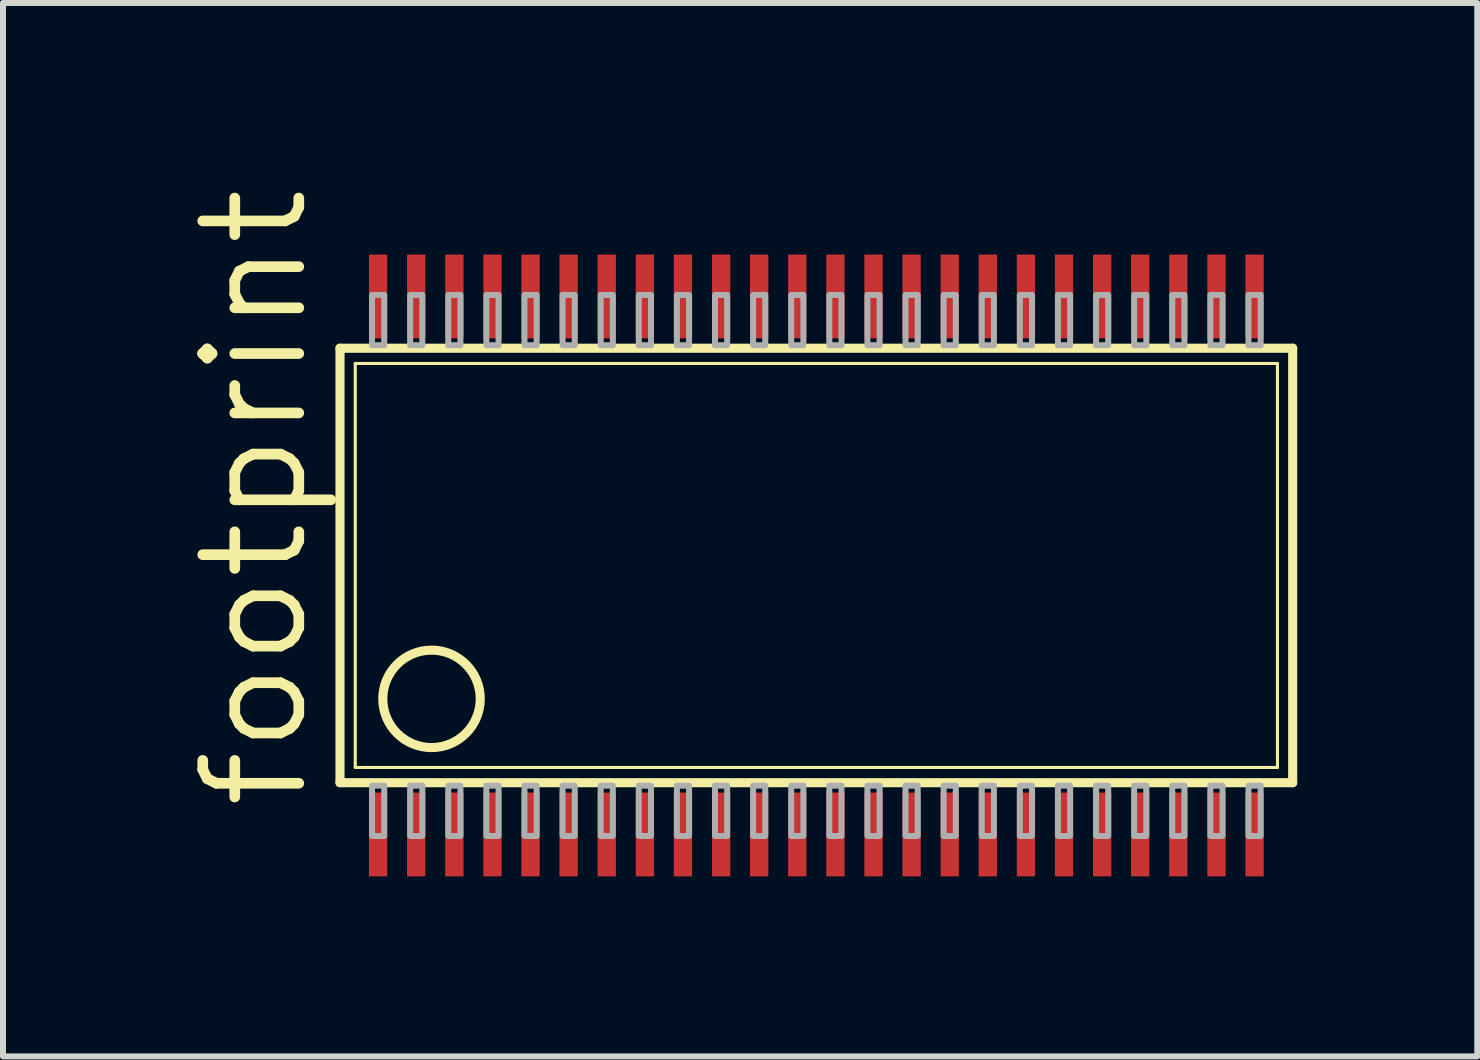
<source format=kicad_pcb>
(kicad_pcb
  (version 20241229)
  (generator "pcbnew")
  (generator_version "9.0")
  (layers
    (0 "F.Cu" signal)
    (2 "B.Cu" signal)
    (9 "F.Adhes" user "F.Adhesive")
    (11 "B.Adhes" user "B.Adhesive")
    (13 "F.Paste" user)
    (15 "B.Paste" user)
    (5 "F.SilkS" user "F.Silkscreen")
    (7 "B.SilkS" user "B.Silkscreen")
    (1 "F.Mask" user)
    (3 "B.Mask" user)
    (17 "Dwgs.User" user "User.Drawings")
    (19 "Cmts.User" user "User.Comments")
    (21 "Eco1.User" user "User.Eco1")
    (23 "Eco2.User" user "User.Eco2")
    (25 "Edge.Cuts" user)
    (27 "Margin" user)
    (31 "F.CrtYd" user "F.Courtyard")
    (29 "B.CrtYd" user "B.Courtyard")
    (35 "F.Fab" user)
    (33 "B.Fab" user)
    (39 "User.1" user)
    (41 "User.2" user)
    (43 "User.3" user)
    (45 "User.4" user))
  (footprint "footprint"
    (layer "F.Cu")
    (at 10.554 6.373)
    (property "Reference" "footprint" (at -8.42 4.128 90) (layer "F.SilkS") (effects (font (size 1.6 1.6) (thickness 0.178)) (justify left bottom)))
    (fp_line (start -7.938 3.62) (end -7.938 -3.62) (stroke (width 0.152) (type solid)) (layer "F.SilkS"))
    (fp_line (start -7.938 3.62) (end 7.938 3.62) (stroke (width 0.152) (type solid)) (layer "F.SilkS"))
    (fp_line (start -7.684 3.366) (end -7.684 -3.366) (stroke (width 0.051) (type solid)) (layer "F.SilkS"))
    (fp_line (start -7.684 3.366) (end 7.684 3.366) (stroke (width 0.051) (type solid)) (layer "F.SilkS"))
    (fp_line (start 7.684 -3.366) (end -7.684 -3.366) (stroke (width 0.051) (type solid)) (layer "F.SilkS"))
    (fp_line (start 7.684 -3.366) (end 7.684 3.366) (stroke (width 0.051) (type solid)) (layer "F.SilkS"))
    (fp_line (start 7.938 -3.62) (end -7.938 -3.62) (stroke (width 0.152) (type solid)) (layer "F.SilkS"))
    (fp_line (start 7.938 3.62) (end 7.938 -3.62) (stroke (width 0.152) (type solid)) (layer "F.SilkS"))
    (fp_circle (center -6.413 2.223) (end -5.601 2.223) (stroke (width 0.152) (type solid)) (fill no) (layer "F.SilkS"))
    (fp_poly (pts (xy -7.404 -3.67) (xy -7.201 -3.67) (xy -7.201 -4.508) (xy -7.404 -4.508)) (stroke (width 0.1) (type solid)) (fill no) (layer "F.Fab"))
    (fp_poly (pts (xy -7.404 4.508) (xy -7.201 4.508) (xy -7.201 3.67) (xy -7.404 3.67)) (stroke (width 0.1) (type solid)) (fill no) (layer "F.Fab"))
    (fp_poly (pts (xy -6.769 -3.67) (xy -6.566 -3.67) (xy -6.566 -4.508) (xy -6.769 -4.508)) (stroke (width 0.1) (type solid)) (fill no) (layer "F.Fab"))
    (fp_poly (pts (xy -6.769 4.508) (xy -6.566 4.508) (xy -6.566 3.67) (xy -6.769 3.67)) (stroke (width 0.1) (type solid)) (fill no) (layer "F.Fab"))
    (fp_poly (pts (xy -6.134 -3.67) (xy -5.931 -3.67) (xy -5.931 -4.508) (xy -6.134 -4.508)) (stroke (width 0.1) (type solid)) (fill no) (layer "F.Fab"))
    (fp_poly (pts (xy -6.134 4.508) (xy -5.931 4.508) (xy -5.931 3.67) (xy -6.134 3.67)) (stroke (width 0.1) (type solid)) (fill no) (layer "F.Fab"))
    (fp_poly (pts (xy -5.499 -3.67) (xy -5.296 -3.67) (xy -5.296 -4.508) (xy -5.499 -4.508)) (stroke (width 0.1) (type solid)) (fill no) (layer "F.Fab"))
    (fp_poly (pts (xy -5.499 4.508) (xy -5.296 4.508) (xy -5.296 3.67) (xy -5.499 3.67)) (stroke (width 0.1) (type solid)) (fill no) (layer "F.Fab"))
    (fp_poly (pts (xy -4.864 -3.67) (xy -4.661 -3.67) (xy -4.661 -4.508) (xy -4.864 -4.508)) (stroke (width 0.1) (type solid)) (fill no) (layer "F.Fab"))
    (fp_poly (pts (xy -4.864 4.508) (xy -4.661 4.508) (xy -4.661 3.67) (xy -4.864 3.67)) (stroke (width 0.1) (type solid)) (fill no) (layer "F.Fab"))
    (fp_poly (pts (xy -4.229 -3.67) (xy -4.026 -3.67) (xy -4.026 -4.508) (xy -4.229 -4.508)) (stroke (width 0.1) (type solid)) (fill no) (layer "F.Fab"))
    (fp_poly (pts (xy -4.229 4.508) (xy -4.026 4.508) (xy -4.026 3.67) (xy -4.229 3.67)) (stroke (width 0.1) (type solid)) (fill no) (layer "F.Fab"))
    (fp_poly (pts (xy -3.594 -3.67) (xy -3.391 -3.67) (xy -3.391 -4.508) (xy -3.594 -4.508)) (stroke (width 0.1) (type solid)) (fill no) (layer "F.Fab"))
    (fp_poly (pts (xy -3.594 4.508) (xy -3.391 4.508) (xy -3.391 3.67) (xy -3.594 3.67)) (stroke (width 0.1) (type solid)) (fill no) (layer "F.Fab"))
    (fp_poly (pts (xy -2.959 -3.67) (xy -2.756 -3.67) (xy -2.756 -4.508) (xy -2.959 -4.508)) (stroke (width 0.1) (type solid)) (fill no) (layer "F.Fab"))
    (fp_poly (pts (xy -2.959 4.508) (xy -2.756 4.508) (xy -2.756 3.67) (xy -2.959 3.67)) (stroke (width 0.1) (type solid)) (fill no) (layer "F.Fab"))
    (fp_poly (pts (xy -2.324 -3.67) (xy -2.121 -3.67) (xy -2.121 -4.508) (xy -2.324 -4.508)) (stroke (width 0.1) (type solid)) (fill no) (layer "F.Fab"))
    (fp_poly (pts (xy -2.324 4.508) (xy -2.121 4.508) (xy -2.121 3.67) (xy -2.324 3.67)) (stroke (width 0.1) (type solid)) (fill no) (layer "F.Fab"))
    (fp_poly (pts (xy -1.689 -3.67) (xy -1.486 -3.67) (xy -1.486 -4.508) (xy -1.689 -4.508)) (stroke (width 0.1) (type solid)) (fill no) (layer "F.Fab"))
    (fp_poly (pts (xy -1.689 4.508) (xy -1.486 4.508) (xy -1.486 3.67) (xy -1.689 3.67)) (stroke (width 0.1) (type solid)) (fill no) (layer "F.Fab"))
    (fp_poly (pts (xy -1.054 -3.67) (xy -0.851 -3.67) (xy -0.851 -4.508) (xy -1.054 -4.508)) (stroke (width 0.1) (type solid)) (fill no) (layer "F.Fab"))
    (fp_poly (pts (xy -1.054 4.508) (xy -0.851 4.508) (xy -0.851 3.67) (xy -1.054 3.67)) (stroke (width 0.1) (type solid)) (fill no) (layer "F.Fab"))
    (fp_poly (pts (xy -0.419 -3.67) (xy -0.216 -3.67) (xy -0.216 -4.508) (xy -0.419 -4.508)) (stroke (width 0.1) (type solid)) (fill no) (layer "F.Fab"))
    (fp_poly (pts (xy -0.419 4.508) (xy -0.216 4.508) (xy -0.216 3.67) (xy -0.419 3.67)) (stroke (width 0.1) (type solid)) (fill no) (layer "F.Fab"))
    (fp_poly (pts (xy 0.216 -3.67) (xy 0.419 -3.67) (xy 0.419 -4.508) (xy 0.216 -4.508)) (stroke (width 0.1) (type solid)) (fill no) (layer "F.Fab"))
    (fp_poly (pts (xy 0.216 4.508) (xy 0.419 4.508) (xy 0.419 3.67) (xy 0.216 3.67)) (stroke (width 0.1) (type solid)) (fill no) (layer "F.Fab"))
    (fp_poly (pts (xy 0.851 -3.67) (xy 1.054 -3.67) (xy 1.054 -4.508) (xy 0.851 -4.508)) (stroke (width 0.1) (type solid)) (fill no) (layer "F.Fab"))
    (fp_poly (pts (xy 0.851 4.508) (xy 1.054 4.508) (xy 1.054 3.67) (xy 0.851 3.67)) (stroke (width 0.1) (type solid)) (fill no) (layer "F.Fab"))
    (fp_poly (pts (xy 1.486 -3.67) (xy 1.689 -3.67) (xy 1.689 -4.508) (xy 1.486 -4.508)) (stroke (width 0.1) (type solid)) (fill no) (layer "F.Fab"))
    (fp_poly (pts (xy 1.486 4.508) (xy 1.689 4.508) (xy 1.689 3.67) (xy 1.486 3.67)) (stroke (width 0.1) (type solid)) (fill no) (layer "F.Fab"))
    (fp_poly (pts (xy 2.121 -3.67) (xy 2.324 -3.67) (xy 2.324 -4.508) (xy 2.121 -4.508)) (stroke (width 0.1) (type solid)) (fill no) (layer "F.Fab"))
    (fp_poly (pts (xy 2.121 4.508) (xy 2.324 4.508) (xy 2.324 3.67) (xy 2.121 3.67)) (stroke (width 0.1) (type solid)) (fill no) (layer "F.Fab"))
    (fp_poly (pts (xy 2.756 -3.67) (xy 2.959 -3.67) (xy 2.959 -4.508) (xy 2.756 -4.508)) (stroke (width 0.1) (type solid)) (fill no) (layer "F.Fab"))
    (fp_poly (pts (xy 2.756 4.508) (xy 2.959 4.508) (xy 2.959 3.67) (xy 2.756 3.67)) (stroke (width 0.1) (type solid)) (fill no) (layer "F.Fab"))
    (fp_poly (pts (xy 3.391 -3.67) (xy 3.594 -3.67) (xy 3.594 -4.508) (xy 3.391 -4.508)) (stroke (width 0.1) (type solid)) (fill no) (layer "F.Fab"))
    (fp_poly (pts (xy 3.391 4.508) (xy 3.594 4.508) (xy 3.594 3.67) (xy 3.391 3.67)) (stroke (width 0.1) (type solid)) (fill no) (layer "F.Fab"))
    (fp_poly (pts (xy 4.026 -3.67) (xy 4.229 -3.67) (xy 4.229 -4.508) (xy 4.026 -4.508)) (stroke (width 0.1) (type solid)) (fill no) (layer "F.Fab"))
    (fp_poly (pts (xy 4.026 4.508) (xy 4.229 4.508) (xy 4.229 3.67) (xy 4.026 3.67)) (stroke (width 0.1) (type solid)) (fill no) (layer "F.Fab"))
    (fp_poly (pts (xy 4.661 -3.67) (xy 4.864 -3.67) (xy 4.864 -4.508) (xy 4.661 -4.508)) (stroke (width 0.1) (type solid)) (fill no) (layer "F.Fab"))
    (fp_poly (pts (xy 4.661 4.508) (xy 4.864 4.508) (xy 4.864 3.67) (xy 4.661 3.67)) (stroke (width 0.1) (type solid)) (fill no) (layer "F.Fab"))
    (fp_poly (pts (xy 5.296 -3.67) (xy 5.499 -3.67) (xy 5.499 -4.508) (xy 5.296 -4.508)) (stroke (width 0.1) (type solid)) (fill no) (layer "F.Fab"))
    (fp_poly (pts (xy 5.296 4.508) (xy 5.499 4.508) (xy 5.499 3.67) (xy 5.296 3.67)) (stroke (width 0.1) (type solid)) (fill no) (layer "F.Fab"))
    (fp_poly (pts (xy 5.931 -3.67) (xy 6.134 -3.67) (xy 6.134 -4.508) (xy 5.931 -4.508)) (stroke (width 0.1) (type solid)) (fill no) (layer "F.Fab"))
    (fp_poly (pts (xy 5.931 4.508) (xy 6.134 4.508) (xy 6.134 3.67) (xy 5.931 3.67)) (stroke (width 0.1) (type solid)) (fill no) (layer "F.Fab"))
    (fp_poly (pts (xy 6.566 -3.67) (xy 6.769 -3.67) (xy 6.769 -4.508) (xy 6.566 -4.508)) (stroke (width 0.1) (type solid)) (fill no) (layer "F.Fab"))
    (fp_poly (pts (xy 6.566 4.508) (xy 6.769 4.508) (xy 6.769 3.67) (xy 6.566 3.67)) (stroke (width 0.1) (type solid)) (fill no) (layer "F.Fab"))
    (fp_poly (pts (xy 7.201 -3.67) (xy 7.404 -3.67) (xy 7.404 -4.508) (xy 7.201 -4.508)) (stroke (width 0.1) (type solid)) (fill no) (layer "F.Fab"))
    (fp_poly (pts (xy 7.201 4.508) (xy 7.404 4.508) (xy 7.404 3.67) (xy 7.201 3.67)) (stroke (width 0.1) (type solid)) (fill no) (layer "F.Fab"))
    (pad "1" smd rect (at -7.303 4.483) (size 0.305 1.397) (layers "F.Cu" "F.Mask" "F.Paste"))
    (pad "2" smd rect (at -6.668 4.483) (size 0.305 1.397) (layers "F.Cu" "F.Mask" "F.Paste"))
    (pad "3" smd rect (at -6.032 4.483) (size 0.305 1.397) (layers "F.Cu" "F.Mask" "F.Paste"))
    (pad "4" smd rect (at -5.397 4.483) (size 0.305 1.397) (layers "F.Cu" "F.Mask" "F.Paste"))
    (pad "5" smd rect (at -4.763 4.483) (size 0.305 1.397) (layers "F.Cu" "F.Mask" "F.Paste"))
    (pad "6" smd rect (at -4.128 4.483) (size 0.305 1.397) (layers "F.Cu" "F.Mask" "F.Paste"))
    (pad "7" smd rect (at -3.493 4.483) (size 0.305 1.397) (layers "F.Cu" "F.Mask" "F.Paste"))
    (pad "8" smd rect (at -2.857 4.483) (size 0.305 1.397) (layers "F.Cu" "F.Mask" "F.Paste"))
    (pad "9" smd rect (at -2.223 4.483) (size 0.305 1.397) (layers "F.Cu" "F.Mask" "F.Paste"))
    (pad "10" smd rect (at -1.587 4.483) (size 0.305 1.397) (layers "F.Cu" "F.Mask" "F.Paste"))
    (pad "11" smd rect (at -0.953 4.483) (size 0.305 1.397) (layers "F.Cu" "F.Mask" "F.Paste"))
    (pad "12" smd rect (at -0.318 4.483) (size 0.305 1.397) (layers "F.Cu" "F.Mask" "F.Paste"))
    (pad "13" smd rect (at 0.318 4.483) (size 0.305 1.397) (layers "F.Cu" "F.Mask" "F.Paste"))
    (pad "14" smd rect (at 0.953 4.483) (size 0.305 1.397) (layers "F.Cu" "F.Mask" "F.Paste"))
    (pad "15" smd rect (at 1.587 4.483) (size 0.305 1.397) (layers "F.Cu" "F.Mask" "F.Paste"))
    (pad "16" smd rect (at 2.223 4.483) (size 0.305 1.397) (layers "F.Cu" "F.Mask" "F.Paste"))
    (pad "17" smd rect (at 2.857 4.483) (size 0.305 1.397) (layers "F.Cu" "F.Mask" "F.Paste"))
    (pad "18" smd rect (at 3.493 4.483) (size 0.305 1.397) (layers "F.Cu" "F.Mask" "F.Paste"))
    (pad "19" smd rect (at 4.128 4.483) (size 0.305 1.397) (layers "F.Cu" "F.Mask" "F.Paste"))
    (pad "20" smd rect (at 4.763 4.483) (size 0.305 1.397) (layers "F.Cu" "F.Mask" "F.Paste"))
    (pad "21" smd rect (at 5.397 4.483) (size 0.305 1.397) (layers "F.Cu" "F.Mask" "F.Paste"))
    (pad "22" smd rect (at 6.032 4.483) (size 0.305 1.397) (layers "F.Cu" "F.Mask" "F.Paste"))
    (pad "23" smd rect (at 6.668 4.483) (size 0.305 1.397) (layers "F.Cu" "F.Mask" "F.Paste"))
    (pad "24" smd rect (at 7.303 4.483) (size 0.305 1.397) (layers "F.Cu" "F.Mask" "F.Paste"))
    (pad "25" smd rect (at 7.303 -4.483) (size 0.305 1.397) (layers "F.Cu" "F.Mask" "F.Paste"))
    (pad "26" smd rect (at 6.668 -4.483) (size 0.305 1.397) (layers "F.Cu" "F.Mask" "F.Paste"))
    (pad "27" smd rect (at 6.032 -4.483) (size 0.305 1.397) (layers "F.Cu" "F.Mask" "F.Paste"))
    (pad "28" smd rect (at 5.397 -4.483) (size 0.305 1.397) (layers "F.Cu" "F.Mask" "F.Paste"))
    (pad "29" smd rect (at 4.763 -4.483) (size 0.305 1.397) (layers "F.Cu" "F.Mask" "F.Paste"))
    (pad "30" smd rect (at 4.128 -4.483) (size 0.305 1.397) (layers "F.Cu" "F.Mask" "F.Paste"))
    (pad "31" smd rect (at 3.493 -4.483) (size 0.305 1.397) (layers "F.Cu" "F.Mask" "F.Paste"))
    (pad "32" smd rect (at 2.857 -4.483) (size 0.305 1.397) (layers "F.Cu" "F.Mask" "F.Paste"))
    (pad "33" smd rect (at 2.223 -4.483) (size 0.305 1.397) (layers "F.Cu" "F.Mask" "F.Paste"))
    (pad "34" smd rect (at 1.587 -4.483) (size 0.305 1.397) (layers "F.Cu" "F.Mask" "F.Paste"))
    (pad "35" smd rect (at 0.953 -4.483) (size 0.305 1.397) (layers "F.Cu" "F.Mask" "F.Paste"))
    (pad "36" smd rect (at 0.318 -4.483) (size 0.305 1.397) (layers "F.Cu" "F.Mask" "F.Paste"))
    (pad "37" smd rect (at -0.318 -4.483) (size 0.305 1.397) (layers "F.Cu" "F.Mask" "F.Paste"))
    (pad "38" smd rect (at -0.953 -4.483) (size 0.305 1.397) (layers "F.Cu" "F.Mask" "F.Paste"))
    (pad "39" smd rect (at -1.587 -4.483) (size 0.305 1.397) (layers "F.Cu" "F.Mask" "F.Paste"))
    (pad "40" smd rect (at -2.223 -4.483) (size 0.305 1.397) (layers "F.Cu" "F.Mask" "F.Paste"))
    (pad "41" smd rect (at -2.857 -4.483) (size 0.305 1.397) (layers "F.Cu" "F.Mask" "F.Paste"))
    (pad "42" smd rect (at -3.493 -4.483) (size 0.305 1.397) (layers "F.Cu" "F.Mask" "F.Paste"))
    (pad "43" smd rect (at -4.128 -4.483) (size 0.305 1.397) (layers "F.Cu" "F.Mask" "F.Paste"))
    (pad "44" smd rect (at -4.763 -4.483) (size 0.305 1.397) (layers "F.Cu" "F.Mask" "F.Paste"))
    (pad "45" smd rect (at -5.397 -4.483) (size 0.305 1.397) (layers "F.Cu" "F.Mask" "F.Paste"))
    (pad "46" smd rect (at -6.032 -4.483) (size 0.305 1.397) (layers "F.Cu" "F.Mask" "F.Paste"))
    (pad "47" smd rect (at -6.668 -4.483) (size 0.305 1.397) (layers "F.Cu" "F.Mask" "F.Paste"))
    (pad "48" smd rect (at -7.303 -4.483) (size 0.305 1.397) (layers "F.Cu" "F.Mask" "F.Paste")))
  (gr_rect
    (start -3 -3)
    (end 21.568 14.554)
    (stroke (width 0.1) (type default))
    (fill no)
    (layer "Edge.Cuts")))
</source>
